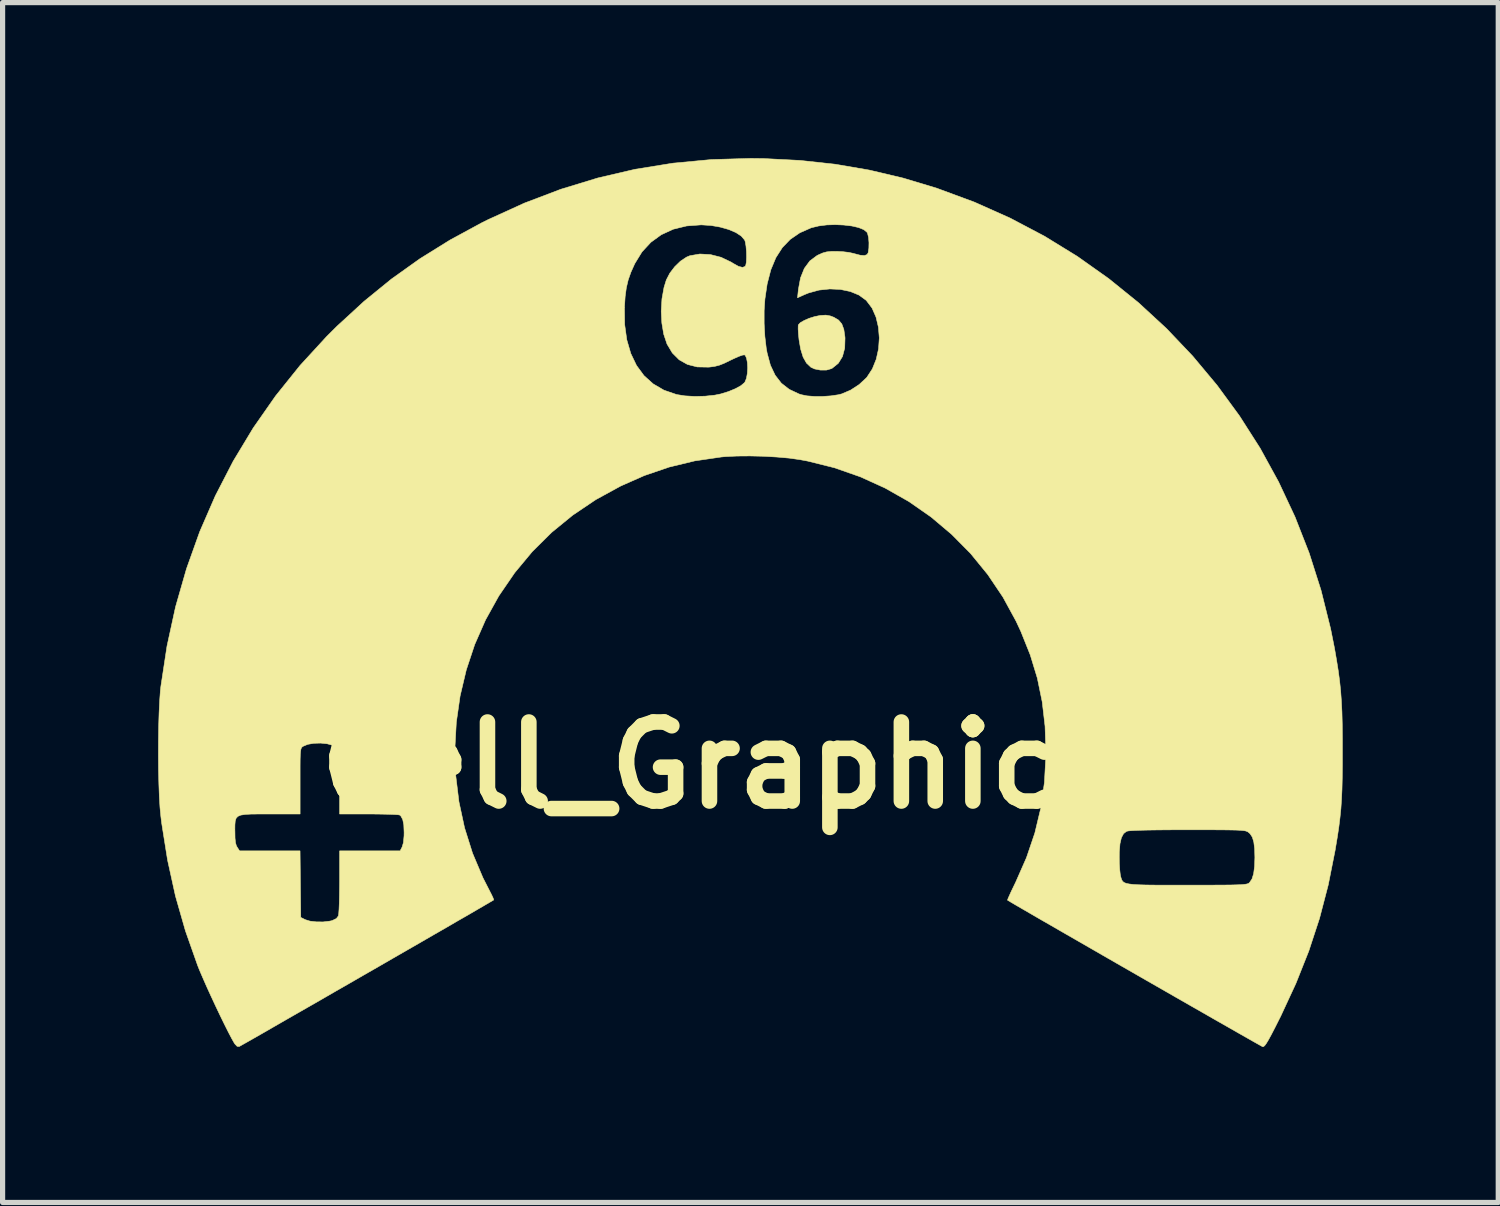
<source format=kicad_pcb>
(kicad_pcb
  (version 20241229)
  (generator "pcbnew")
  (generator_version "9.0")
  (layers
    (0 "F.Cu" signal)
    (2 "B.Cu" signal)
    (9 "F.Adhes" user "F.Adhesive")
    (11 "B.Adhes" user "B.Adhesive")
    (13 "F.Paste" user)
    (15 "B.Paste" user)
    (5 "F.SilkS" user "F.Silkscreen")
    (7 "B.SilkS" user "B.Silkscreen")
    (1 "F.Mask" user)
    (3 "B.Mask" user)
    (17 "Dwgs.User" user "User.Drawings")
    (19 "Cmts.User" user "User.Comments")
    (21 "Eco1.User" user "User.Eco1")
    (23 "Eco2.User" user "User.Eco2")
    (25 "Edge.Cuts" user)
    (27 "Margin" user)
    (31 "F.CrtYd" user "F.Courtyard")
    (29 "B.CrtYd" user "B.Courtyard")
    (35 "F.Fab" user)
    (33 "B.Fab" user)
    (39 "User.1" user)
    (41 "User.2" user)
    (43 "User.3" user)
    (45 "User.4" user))
  (footprint "Cell_Graphic_C6"
    (layer "F.Cu")
    (at 12.339 11.71)
    (property "Reference" "Cell_Graphic_C6" (at 0 0 0) (layer "F.SilkS") (effects (font (size 1.524 1.524) (thickness 0.3))))
    (attr through_hole)
    (fp_poly (pts (xy 0.624 -8.667) (xy 0.693 -8.641) (xy 0.784 -8.587) (xy 0.847 -8.512) (xy 0.886 -8.407) (xy 0.907 -8.264) (xy 0.909 -8.239) (xy 0.903 -8.046) (xy 0.86 -7.884) (xy 0.78 -7.754) (xy 0.663 -7.659) (xy 0.643 -7.649) (xy 0.549 -7.622) (xy 0.435 -7.622) (xy 0.323 -7.644) (xy 0.251 -7.677) (xy 0.166 -7.757) (xy 0.101 -7.872) (xy 0.053 -8.027) (xy 0.022 -8.208) (xy 0.011 -8.318) (xy 0.005 -8.412) (xy 0.006 -8.477) (xy 0.009 -8.495) (xy 0.045 -8.535) (xy 0.119 -8.578) (xy 0.215 -8.62) (xy 0.323 -8.654) (xy 0.427 -8.675) (xy 0.434 -8.676) (xy 0.539 -8.682) (xy 0.624 -8.667)) (stroke (width 0.01) (type solid)) (fill yes) (layer "F.SilkS"))
    (fp_poly (pts (xy -0.66 -11.702) (xy 0.041 -11.666) (xy 0.717 -11.593) (xy 1.376 -11.48) (xy 2.028 -11.326) (xy 2.682 -11.129) (xy 2.692 -11.125) (xy 3.406 -10.861) (xy 4.095 -10.553) (xy 4.757 -10.204) (xy 5.39 -9.815) (xy 5.994 -9.387) (xy 6.567 -8.924) (xy 7.108 -8.425) (xy 7.614 -7.893) (xy 8.085 -7.329) (xy 8.519 -6.736) (xy 8.916 -6.114) (xy 9.272 -5.465) (xy 9.588 -4.791) (xy 9.861 -4.094) (xy 10.09 -3.375) (xy 10.274 -2.636) (xy 10.349 -2.261) (xy 10.389 -2.03) (xy 10.422 -1.823) (xy 10.448 -1.628) (xy 10.468 -1.438) (xy 10.482 -1.242) (xy 10.493 -1.031) (xy 10.499 -0.795) (xy 10.502 -0.525) (xy 10.502 -0.292) (xy 10.502 -0.001) (xy 10.499 0.248) (xy 10.494 0.464) (xy 10.485 0.658) (xy 10.473 0.838) (xy 10.455 1.013) (xy 10.433 1.192) (xy 10.404 1.385) (xy 10.368 1.601) (xy 10.362 1.638) (xy 10.229 2.307) (xy 10.061 2.951) (xy 9.854 3.582) (xy 9.605 4.208) (xy 9.312 4.84) (xy 9.289 4.885) (xy 9.2 5.062) (xy 9.13 5.197) (xy 9.076 5.296) (xy 9.035 5.364) (xy 9.005 5.405) (xy 8.982 5.425) (xy 8.964 5.428) (xy 8.963 5.428) (xy 8.938 5.414) (xy 8.872 5.377) (xy 8.769 5.319) (xy 8.632 5.241) (xy 8.465 5.146) (xy 8.271 5.035) (xy 8.053 4.911) (xy 7.816 4.775) (xy 7.562 4.63) (xy 7.295 4.477) (xy 7.018 4.318) (xy 6.735 4.156) (xy 6.45 3.992) (xy 6.164 3.828) (xy 5.884 3.667) (xy 5.61 3.509) (xy 5.348 3.358) (xy 5.099 3.215) (xy 4.869 3.082) (xy 4.66 2.962) (xy 4.476 2.855) (xy 4.319 2.764) (xy 4.195 2.692) (xy 4.105 2.639) (xy 4.054 2.608) (xy 4.043 2.602) (xy 4.05 2.578) (xy 4.077 2.516) (xy 4.118 2.426) (xy 4.172 2.314) (xy 4.2 2.256) (xy 4.409 1.781) (xy 4.412 1.772) (xy 6.198 1.772) (xy 6.2 1.896) (xy 6.207 2.011) (xy 6.217 2.101) (xy 6.224 2.139) (xy 6.235 2.178) (xy 6.247 2.211) (xy 6.263 2.238) (xy 6.29 2.26) (xy 6.33 2.277) (xy 6.388 2.289) (xy 6.469 2.299) (xy 6.577 2.305) (xy 6.716 2.309) (xy 6.891 2.311) (xy 7.105 2.311) (xy 7.364 2.311) (xy 7.511 2.311) (xy 7.783 2.311) (xy 8.009 2.311) (xy 8.193 2.31) (xy 8.34 2.309) (xy 8.454 2.306) (xy 8.54 2.303) (xy 8.603 2.298) (xy 8.646 2.292) (xy 8.675 2.285) (xy 8.695 2.276) (xy 8.709 2.264) (xy 8.711 2.262) (xy 8.758 2.193) (xy 8.79 2.091) (xy 8.808 1.951) (xy 8.814 1.778) (xy 8.809 1.608) (xy 8.793 1.48) (xy 8.765 1.387) (xy 8.722 1.321) (xy 8.695 1.297) (xy 8.678 1.284) (xy 8.657 1.274) (xy 8.629 1.265) (xy 8.588 1.259) (xy 8.53 1.254) (xy 8.45 1.25) (xy 8.344 1.248) (xy 8.206 1.246) (xy 8.032 1.245) (xy 7.817 1.245) (xy 7.557 1.245) (xy 7.516 1.245) (xy 7.211 1.245) (xy 6.955 1.247) (xy 6.745 1.25) (xy 6.581 1.254) (xy 6.46 1.259) (xy 6.381 1.265) (xy 6.341 1.273) (xy 6.34 1.273) (xy 6.281 1.319) (xy 6.239 1.398) (xy 6.212 1.514) (xy 6.199 1.673) (xy 6.198 1.772) (xy 4.412 1.772) (xy 4.57 1.306) (xy 4.685 0.826) (xy 4.755 0.331) (xy 4.783 -0.185) (xy 4.783 -0.254) (xy 4.767 -0.753) (xy 4.712 -1.225) (xy 4.618 -1.681) (xy 4.481 -2.13) (xy 4.3 -2.582) (xy 4.207 -2.781) (xy 3.954 -3.245) (xy 3.661 -3.68) (xy 3.331 -4.084) (xy 2.965 -4.454) (xy 2.568 -4.789) (xy 2.14 -5.087) (xy 1.685 -5.345) (xy 1.206 -5.563) (xy 0.705 -5.738) (xy 0.184 -5.868) (xy 0.038 -5.895) (xy -0.166 -5.924) (xy -0.405 -5.945) (xy -0.664 -5.96) (xy -0.926 -5.966) (xy -1.178 -5.964) (xy -1.402 -5.953) (xy -1.477 -5.946) (xy -1.989 -5.871) (xy -2.481 -5.752) (xy -2.961 -5.588) (xy -3.416 -5.387) (xy -3.897 -5.124) (xy -4.341 -4.825) (xy -4.75 -4.491) (xy -5.123 -4.121) (xy -5.462 -3.713) (xy -5.767 -3.268) (xy -5.771 -3.261) (xy -6.024 -2.805) (xy -6.233 -2.33) (xy -6.396 -1.839) (xy -6.515 -1.337) (xy -6.588 -0.828) (xy -6.616 -0.315) (xy -6.599 0.198) (xy -6.537 0.706) (xy -6.429 1.207) (xy -6.275 1.696) (xy -6.075 2.169) (xy -5.948 2.418) (xy -5.906 2.5) (xy -5.877 2.563) (xy -5.867 2.596) (xy -5.868 2.598) (xy -5.892 2.613) (xy -5.958 2.651) (xy -6.06 2.711) (xy -6.196 2.79) (xy -6.362 2.887) (xy -6.556 2.998) (xy -6.772 3.124) (xy -7.009 3.26) (xy -7.263 3.407) (xy -7.529 3.56) (xy -7.805 3.719) (xy -8.087 3.882) (xy -8.373 4.046) (xy -8.657 4.21) (xy -8.938 4.371) (xy -9.211 4.529) (xy -9.473 4.679) (xy -9.721 4.821) (xy -9.951 4.953) (xy -10.159 5.073) (xy -10.343 5.179) (xy -10.499 5.268) (xy -10.624 5.339) (xy -10.713 5.389) (xy -10.764 5.418) (xy -10.775 5.424) (xy -10.815 5.421) (xy -10.858 5.376) (xy -10.872 5.355) (xy -10.919 5.272) (xy -10.983 5.15) (xy -11.059 4.999) (xy -11.143 4.827) (xy -11.231 4.642) (xy -11.319 4.453) (xy -11.403 4.269) (xy -11.478 4.098) (xy -11.542 3.949) (xy -11.577 3.861) (xy -11.812 3.195) (xy -12.005 2.521) (xy -12.157 1.83) (xy -12.251 1.24) (xy -10.859 1.24) (xy -10.858 1.28) (xy -10.856 1.405) (xy -10.847 1.492) (xy -10.83 1.552) (xy -10.813 1.582) (xy -10.768 1.651) (xy -9.602 1.651) (xy -9.595 2.292) (xy -9.588 2.934) (xy -9.5 2.978) (xy -9.409 3.006) (xy -9.288 3.02) (xy -9.156 3.021) (xy -9.03 3.006) (xy -8.984 2.996) (xy -8.901 2.956) (xy -8.863 2.905) (xy -8.856 2.862) (xy -8.85 2.776) (xy -8.845 2.656) (xy -8.842 2.509) (xy -8.84 2.344) (xy -8.839 2.246) (xy -8.839 1.651) (xy -7.672 1.651) (xy -7.633 1.576) (xy -7.608 1.491) (xy -7.596 1.361) (xy -7.595 1.295) (xy -7.601 1.148) (xy -7.622 1.045) (xy -7.658 0.979) (xy -7.681 0.959) (xy -7.714 0.954) (xy -7.789 0.949) (xy -7.9 0.945) (xy -8.039 0.942) (xy -8.198 0.94) (xy -8.274 0.94) (xy -8.839 0.94) (xy -8.839 0.329) (xy -8.839 0.138) (xy -8.84 -0.01) (xy -8.842 -0.119) (xy -8.846 -0.198) (xy -8.852 -0.252) (xy -8.861 -0.288) (xy -8.873 -0.313) (xy -8.89 -0.332) (xy -8.899 -0.342) (xy -8.973 -0.386) (xy -9.08 -0.415) (xy -9.206 -0.428) (xy -9.335 -0.424) (xy -9.453 -0.404) (xy -9.544 -0.366) (xy -9.562 -0.353) (xy -9.575 -0.337) (xy -9.585 -0.311) (xy -9.592 -0.269) (xy -9.597 -0.205) (xy -9.6 -0.112) (xy -9.601 0.015) (xy -9.601 0.183) (xy -9.601 0.305) (xy -9.601 0.94) (xy -10.181 0.94) (xy -10.384 0.94) (xy -10.542 0.941) (xy -10.66 0.948) (xy -10.745 0.961) (xy -10.801 0.985) (xy -10.835 1.022) (xy -10.852 1.075) (xy -10.858 1.147) (xy -10.859 1.24) (xy -12.251 1.24) (xy -12.271 1.113) (xy -12.286 0.991) (xy -12.303 0.817) (xy -12.316 0.603) (xy -12.325 0.357) (xy -12.332 0.09) (xy -12.334 -0.19) (xy -12.333 -0.472) (xy -12.329 -0.748) (xy -12.321 -1.006) (xy -12.31 -1.239) (xy -12.296 -1.436) (xy -12.286 -1.524) (xy -12.168 -2.299) (xy -12.003 -3.056) (xy -11.792 -3.791) (xy -11.537 -4.505) (xy -11.236 -5.197) (xy -10.892 -5.864) (xy -10.505 -6.506) (xy -10.074 -7.123) (xy -9.602 -7.711) (xy -9.087 -8.272) (xy -8.887 -8.471) (xy -8.5 -8.826) (xy -3.345 -8.826) (xy -3.341 -8.501) (xy -3.3 -8.206) (xy -3.223 -7.942) (xy -3.113 -7.712) (xy -2.968 -7.515) (xy -2.791 -7.356) (xy -2.582 -7.234) (xy -2.343 -7.152) (xy -2.342 -7.151) (xy -2.18 -7.125) (xy -1.988 -7.114) (xy -1.789 -7.119) (xy -1.601 -7.139) (xy -1.488 -7.162) (xy -1.339 -7.208) (xy -1.206 -7.263) (xy -1.1 -7.321) (xy -1.032 -7.378) (xy -1.021 -7.393) (xy -0.992 -7.464) (xy -0.975 -7.559) (xy -0.969 -7.663) (xy -0.974 -7.765) (xy -0.99 -7.85) (xy -1.015 -7.905) (xy -1.031 -7.916) (xy -1.068 -7.911) (xy -1.138 -7.887) (xy -1.23 -7.846) (xy -1.302 -7.812) (xy -1.423 -7.753) (xy -1.517 -7.716) (xy -1.604 -7.694) (xy -1.699 -7.681) (xy -1.728 -7.679) (xy -1.942 -7.683) (xy -2.13 -7.731) (xy -2.29 -7.821) (xy -2.422 -7.953) (xy -2.525 -8.126) (xy -2.526 -8.13) (xy -2.588 -8.315) (xy -2.624 -8.53) (xy -2.636 -8.762) (xy -2.635 -8.768) (xy -0.651 -8.768) (xy -0.651 -8.521) (xy -0.637 -8.272) (xy -0.61 -8.042) (xy -0.593 -7.95) (xy -0.53 -7.716) (xy -0.439 -7.524) (xy -0.319 -7.369) (xy -0.166 -7.25) (xy 0.021 -7.162) (xy 0.064 -7.148) (xy 0.175 -7.125) (xy 0.318 -7.114) (xy 0.478 -7.114) (xy 0.637 -7.125) (xy 0.778 -7.146) (xy 0.846 -7.163) (xy 1.017 -7.236) (xy 1.181 -7.343) (xy 1.318 -7.47) (xy 1.331 -7.484) (xy 1.436 -7.645) (xy 1.511 -7.831) (xy 1.556 -8.033) (xy 1.57 -8.243) (xy 1.553 -8.449) (xy 1.507 -8.644) (xy 1.431 -8.817) (xy 1.324 -8.959) (xy 1.314 -8.97) (xy 1.178 -9.069) (xy 1.01 -9.138) (xy 0.819 -9.178) (xy 0.615 -9.187) (xy 0.407 -9.165) (xy 0.207 -9.11) (xy 0.13 -9.079) (xy -0.007 -9.017) (xy 0.01 -9.18) (xy 0.051 -9.401) (xy 0.124 -9.583) (xy 0.23 -9.727) (xy 0.369 -9.831) (xy 0.395 -9.844) (xy 0.479 -9.881) (xy 0.555 -9.902) (xy 0.645 -9.911) (xy 0.745 -9.912) (xy 0.864 -9.906) (xy 0.981 -9.892) (xy 1.074 -9.872) (xy 1.079 -9.87) (xy 1.201 -9.838) (xy 1.285 -9.831) (xy 1.335 -9.851) (xy 1.356 -9.887) (xy 1.369 -9.975) (xy 1.371 -10.079) (xy 1.363 -10.179) (xy 1.344 -10.257) (xy 1.332 -10.281) (xy 1.271 -10.331) (xy 1.169 -10.372) (xy 1.037 -10.402) (xy 0.884 -10.42) (xy 0.72 -10.427) (xy 0.556 -10.422) (xy 0.401 -10.402) (xy 0.264 -10.369) (xy 0.254 -10.366) (xy 0.037 -10.27) (xy -0.147 -10.144) (xy -0.3 -9.985) (xy -0.425 -9.79) (xy -0.522 -9.557) (xy -0.593 -9.283) (xy -0.636 -8.992) (xy -0.651 -8.768) (xy -2.635 -8.768) (xy -2.622 -8.995) (xy -2.582 -9.217) (xy -2.538 -9.36) (xy -2.471 -9.49) (xy -2.376 -9.615) (xy -2.265 -9.723) (xy -2.148 -9.801) (xy -2.083 -9.828) (xy -1.891 -9.861) (xy -1.687 -9.85) (xy -1.483 -9.798) (xy -1.288 -9.705) (xy -1.245 -9.678) (xy -1.144 -9.622) (xy -1.067 -9.603) (xy -1.018 -9.622) (xy -1.006 -9.641) (xy -0.994 -9.705) (xy -0.99 -9.8) (xy -0.992 -9.908) (xy -1.001 -10.013) (xy -1.015 -10.096) (xy -1.027 -10.131) (xy -1.091 -10.206) (xy -1.196 -10.275) (xy -1.335 -10.334) (xy -1.497 -10.38) (xy -1.675 -10.411) (xy -1.859 -10.423) (xy -1.867 -10.423) (xy -2.148 -10.402) (xy -2.405 -10.339) (xy -2.635 -10.233) (xy -2.836 -10.087) (xy -3.007 -9.902) (xy -3.144 -9.679) (xy -3.149 -9.669) (xy -3.221 -9.509) (xy -3.273 -9.361) (xy -3.309 -9.209) (xy -3.332 -9.038) (xy -3.345 -8.832) (xy -3.345 -8.826) (xy -8.5 -8.826) (xy -8.37 -8.946) (xy -7.841 -9.377) (xy -7.29 -9.77) (xy -6.711 -10.13) (xy -6.094 -10.465) (xy -5.973 -10.525) (xy -5.275 -10.843) (xy -4.572 -11.11) (xy -3.861 -11.327) (xy -3.141 -11.495) (xy -2.41 -11.613) (xy -1.666 -11.683) (xy -0.909 -11.705) (xy -0.66 -11.702)) (stroke (width 0.01) (type solid)) (fill yes) (layer "F.SilkS")))
  (gr_rect
    (start -3 -3)
    (end 25.847 20.142)
    (stroke (width 0.1) (type default))
    (fill no)
    (layer "Edge.Cuts")))
</source>
